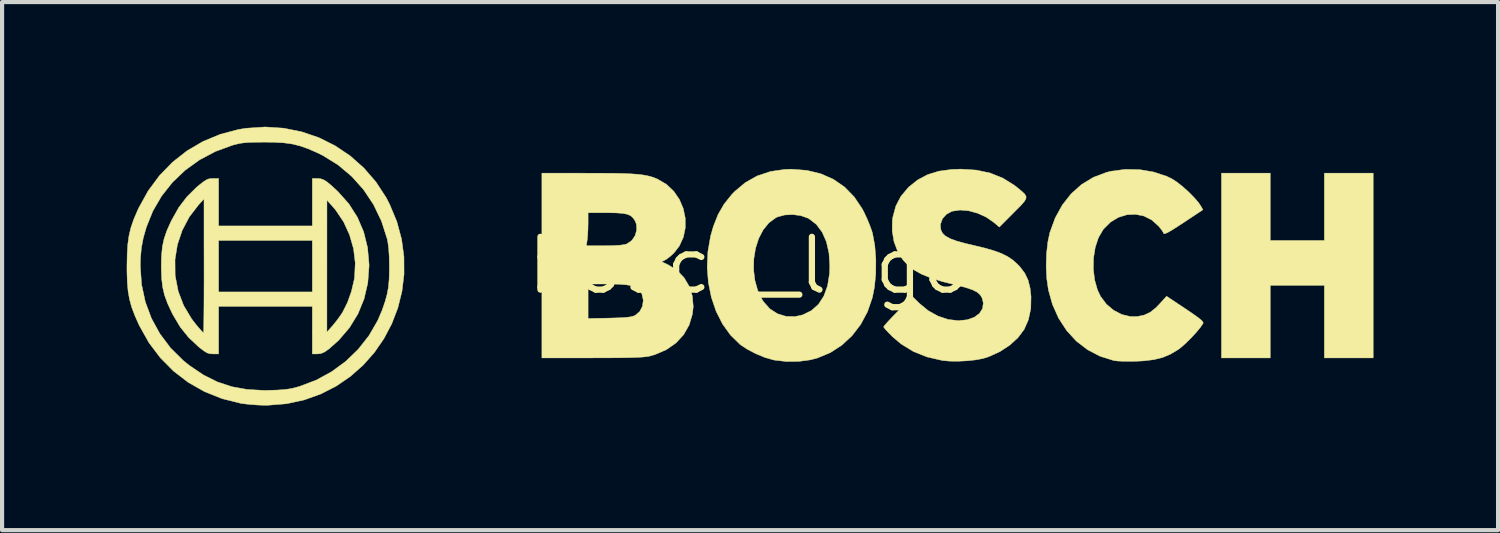
<source format=kicad_pcb>
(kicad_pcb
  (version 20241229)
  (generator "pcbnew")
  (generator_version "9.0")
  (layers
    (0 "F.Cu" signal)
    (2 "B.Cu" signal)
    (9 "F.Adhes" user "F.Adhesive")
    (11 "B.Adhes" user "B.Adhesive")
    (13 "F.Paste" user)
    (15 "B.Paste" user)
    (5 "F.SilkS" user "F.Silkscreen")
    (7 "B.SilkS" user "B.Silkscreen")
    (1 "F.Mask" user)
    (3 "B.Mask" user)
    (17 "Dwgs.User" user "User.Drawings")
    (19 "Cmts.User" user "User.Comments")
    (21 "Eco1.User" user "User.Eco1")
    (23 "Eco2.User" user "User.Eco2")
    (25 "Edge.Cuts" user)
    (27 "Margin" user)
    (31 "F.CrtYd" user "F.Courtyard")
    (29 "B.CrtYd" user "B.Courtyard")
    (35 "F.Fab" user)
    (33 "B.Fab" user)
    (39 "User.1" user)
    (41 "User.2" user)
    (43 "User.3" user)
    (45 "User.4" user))
  (footprint "bosch_logo"
    (layer "F.Cu")
    (at 14.974 3.339)
    (property "Reference" "bosch_logo" (at 0 0 0) (layer "F.SilkS") (effects (font (size 1.27 1.27) (thickness 0.15))))
    (attr through_hole)
    (fp_poly (pts (xy 12.541 -0.603) (xy 13.843 -0.603) (xy 13.843 -2.223) (xy 15.018 -2.223) (xy 15.018 2.223) (xy 13.843 2.223) (xy 13.843 0.476) (xy 12.541 0.476) (xy 12.541 2.223) (xy 11.367 2.223) (xy 11.367 -2.223) (xy 12.541 -2.223) (xy 12.541 -0.603)) (stroke (width 0.01) (type solid)) (fill yes) (layer "F.SilkS"))
    (fp_poly (pts (xy 1.387 -2.29) (xy 1.725 -2.209) (xy 2.029 -2.075) (xy 2.298 -1.889) (xy 2.53 -1.652) (xy 2.722 -1.366) (xy 2.774 -1.267) (xy 2.843 -1.117) (xy 2.906 -0.964) (xy 2.954 -0.83) (xy 2.97 -0.778) (xy 3.025 -0.483) (xy 3.051 -0.154) (xy 3.049 0.186) (xy 3.018 0.515) (xy 2.968 0.769) (xy 2.851 1.11) (xy 2.686 1.418) (xy 2.478 1.689) (xy 2.232 1.917) (xy 1.952 2.098) (xy 1.643 2.226) (xy 1.475 2.27) (xy 1.197 2.307) (xy 0.899 2.31) (xy 0.617 2.277) (xy 0.574 2.268) (xy 0.374 2.21) (xy 0.16 2.121) (xy -0.043 2.015) (xy -0.21 1.904) (xy -0.216 1.899) (xy -0.445 1.676) (xy -0.638 1.407) (xy -0.793 1.101) (xy -0.907 0.765) (xy -0.979 0.409) (xy -1.003 0.098) (xy 0.109 0.098) (xy 0.14 0.356) (xy 0.209 0.601) (xy 0.318 0.825) (xy 0.348 0.871) (xy 0.501 1.043) (xy 0.685 1.161) (xy 0.891 1.224) (xy 1.11 1.228) (xy 1.292 1.187) (xy 1.501 1.084) (xy 1.671 0.933) (xy 1.8 0.734) (xy 1.889 0.488) (xy 1.936 0.198) (xy 1.943 0.008) (xy 1.923 -0.301) (xy 1.861 -0.573) (xy 1.759 -0.803) (xy 1.62 -0.989) (xy 1.444 -1.125) (xy 1.414 -1.141) (xy 1.244 -1.201) (xy 1.051 -1.226) (xy 0.857 -1.216) (xy 0.686 -1.17) (xy 0.646 -1.151) (xy 0.478 -1.028) (xy 0.339 -0.857) (xy 0.231 -0.65) (xy 0.156 -0.414) (xy 0.115 -0.162) (xy 0.109 0.098) (xy -1.003 0.098) (xy -1.007 0.039) (xy -0.99 -0.337) (xy -0.925 -0.71) (xy -0.858 -0.944) (xy -0.744 -1.23) (xy -0.602 -1.476) (xy -0.42 -1.704) (xy -0.347 -1.78) (xy -0.09 -1.996) (xy 0.197 -2.157) (xy 0.516 -2.263) (xy 0.865 -2.313) (xy 1.018 -2.318) (xy 1.387 -2.29)) (stroke (width 0.01) (type solid)) (fill yes) (layer "F.SilkS"))
    (fp_poly (pts (xy 9.401 -2.307) (xy 9.736 -2.25) (xy 10.048 -2.147) (xy 10.17 -2.089) (xy 10.291 -2.011) (xy 10.431 -1.901) (xy 10.575 -1.772) (xy 10.707 -1.638) (xy 10.814 -1.515) (xy 10.866 -1.438) (xy 10.921 -1.342) (xy 10.484 -1.052) (xy 10.302 -0.933) (xy 10.167 -0.848) (xy 10.072 -0.794) (xy 10.011 -0.768) (xy 9.979 -0.767) (xy 9.97 -0.788) (xy 9.95 -0.825) (xy 9.901 -0.892) (xy 9.855 -0.948) (xy 9.69 -1.096) (xy 9.501 -1.191) (xy 9.298 -1.232) (xy 9.091 -1.222) (xy 8.887 -1.159) (xy 8.698 -1.045) (xy 8.532 -0.88) (xy 8.519 -0.863) (xy 8.407 -0.67) (xy 8.33 -0.438) (xy 8.289 -0.182) (xy 8.284 0.084) (xy 8.315 0.345) (xy 8.383 0.585) (xy 8.458 0.743) (xy 8.598 0.93) (xy 8.773 1.077) (xy 8.97 1.179) (xy 9.179 1.228) (xy 9.34 1.228) (xy 9.509 1.192) (xy 9.655 1.124) (xy 9.794 1.012) (xy 9.882 0.92) (xy 10.046 0.739) (xy 10.499 1.04) (xy 10.668 1.154) (xy 10.789 1.24) (xy 10.868 1.302) (xy 10.912 1.346) (xy 10.927 1.377) (xy 10.924 1.393) (xy 10.859 1.489) (xy 10.76 1.609) (xy 10.639 1.74) (xy 10.513 1.865) (xy 10.394 1.97) (xy 10.326 2.021) (xy 10.142 2.132) (xy 9.953 2.212) (xy 9.744 2.264) (xy 9.5 2.294) (xy 9.303 2.304) (xy 9.137 2.306) (xy 8.982 2.303) (xy 8.856 2.297) (xy 8.779 2.287) (xy 8.448 2.184) (xy 8.146 2.027) (xy 7.876 1.82) (xy 7.643 1.566) (xy 7.45 1.27) (xy 7.301 0.937) (xy 7.203 0.587) (xy 7.164 0.317) (xy 7.149 0.019) (xy 7.158 -0.284) (xy 7.19 -0.569) (xy 7.238 -0.794) (xy 7.367 -1.146) (xy 7.539 -1.458) (xy 7.752 -1.728) (xy 8.001 -1.95) (xy 8.285 -2.122) (xy 8.598 -2.241) (xy 8.715 -2.27) (xy 9.056 -2.314) (xy 9.401 -2.307)) (stroke (width 0.01) (type solid)) (fill yes) (layer "F.SilkS"))
    (fp_poly (pts (xy -3.881 -2.222) (xy -3.54 -2.221) (xy -3.256 -2.219) (xy -3.021 -2.214) (xy -2.827 -2.205) (xy -2.669 -2.194) (xy -2.539 -2.177) (xy -2.429 -2.156) (xy -2.333 -2.13) (xy -2.243 -2.097) (xy -2.198 -2.077) (xy -1.986 -1.952) (xy -1.811 -1.787) (xy -1.677 -1.591) (xy -1.584 -1.373) (xy -1.536 -1.143) (xy -1.534 -0.91) (xy -1.58 -0.683) (xy -1.676 -0.472) (xy -1.803 -0.307) (xy -1.89 -0.226) (xy -1.977 -0.159) (xy -2.012 -0.138) (xy -2.103 -0.09) (xy -1.948 -0.018) (xy -1.737 0.114) (xy -1.566 0.289) (xy -1.441 0.499) (xy -1.365 0.734) (xy -1.343 0.987) (xy -1.363 1.17) (xy -1.442 1.433) (xy -1.575 1.665) (xy -1.758 1.863) (xy -1.988 2.024) (xy -2.261 2.142) (xy -2.372 2.175) (xy -2.432 2.188) (xy -2.511 2.198) (xy -2.615 2.206) (xy -2.75 2.213) (xy -2.922 2.217) (xy -3.137 2.22) (xy -3.403 2.222) (xy -3.724 2.222) (xy -3.769 2.223) (xy -4.985 2.223) (xy -4.985 1.275) (xy -3.873 1.275) (xy -3.358 1.265) (xy -3.154 1.259) (xy -3.002 1.252) (xy -2.893 1.241) (xy -2.815 1.227) (xy -2.757 1.207) (xy -2.736 1.196) (xy -2.629 1.105) (xy -2.564 0.978) (xy -2.545 0.835) (xy -2.577 0.69) (xy -2.59 0.663) (xy -2.641 0.588) (xy -2.711 0.531) (xy -2.809 0.491) (xy -2.943 0.465) (xy -3.123 0.45) (xy -3.356 0.445) (xy -3.389 0.445) (xy -3.873 0.445) (xy -3.873 1.275) (xy -4.985 1.275) (xy -4.985 -0.476) (xy -3.914 -0.476) (xy -3.48 -0.476) (xy -3.263 -0.479) (xy -3.103 -0.489) (xy -2.991 -0.505) (xy -2.937 -0.522) (xy -2.822 -0.601) (xy -2.742 -0.719) (xy -2.703 -0.856) (xy -2.711 -0.996) (xy -2.742 -1.073) (xy -2.79 -1.145) (xy -2.848 -1.198) (xy -2.928 -1.233) (xy -3.04 -1.255) (xy -3.193 -1.266) (xy -3.398 -1.27) (xy -3.421 -1.27) (xy -3.873 -1.27) (xy -3.873 -1.02) (xy -3.876 -0.876) (xy -3.883 -0.735) (xy -3.893 -0.627) (xy -3.894 -0.624) (xy -3.914 -0.476) (xy -4.985 -0.476) (xy -4.985 -2.223) (xy -3.881 -2.222)) (stroke (width 0.01) (type solid)) (fill yes) (layer "F.SilkS"))
    (fp_poly (pts (xy 5.469 -2.296) (xy 5.804 -2.225) (xy 6.107 -2.103) (xy 6.385 -1.93) (xy 6.462 -1.869) (xy 6.564 -1.785) (xy 6.632 -1.721) (xy 6.665 -1.665) (xy 6.663 -1.608) (xy 6.622 -1.539) (xy 6.543 -1.448) (xy 6.421 -1.326) (xy 6.365 -1.269) (xy 6.022 -0.925) (xy 5.893 -1.035) (xy 5.709 -1.163) (xy 5.501 -1.258) (xy 5.285 -1.317) (xy 5.077 -1.335) (xy 4.891 -1.307) (xy 4.879 -1.304) (xy 4.749 -1.233) (xy 4.654 -1.127) (xy 4.607 -0.999) (xy 4.604 -0.957) (xy 4.615 -0.861) (xy 4.653 -0.78) (xy 4.725 -0.71) (xy 4.837 -0.648) (xy 4.994 -0.59) (xy 5.204 -0.532) (xy 5.381 -0.49) (xy 5.661 -0.423) (xy 5.887 -0.358) (xy 6.071 -0.291) (xy 6.221 -0.216) (xy 6.349 -0.13) (xy 6.463 -0.027) (xy 6.518 0.031) (xy 6.634 0.184) (xy 6.714 0.351) (xy 6.763 0.547) (xy 6.785 0.746) (xy 6.779 1.036) (xy 6.722 1.305) (xy 6.619 1.538) (xy 6.47 1.737) (xy 6.271 1.918) (xy 6.035 2.072) (xy 5.775 2.191) (xy 5.634 2.236) (xy 5.465 2.269) (xy 5.258 2.292) (xy 5.037 2.303) (xy 4.826 2.301) (xy 4.653 2.285) (xy 4.283 2.2) (xy 3.954 2.069) (xy 3.659 1.888) (xy 3.454 1.715) (xy 3.361 1.621) (xy 3.287 1.543) (xy 3.245 1.489) (xy 3.239 1.475) (xy 3.26 1.443) (xy 3.319 1.375) (xy 3.408 1.279) (xy 3.519 1.164) (xy 3.587 1.096) (xy 3.935 0.749) (xy 4.099 0.912) (xy 4.311 1.086) (xy 4.545 1.216) (xy 4.79 1.298) (xy 5.036 1.327) (xy 5.251 1.305) (xy 5.42 1.245) (xy 5.544 1.153) (xy 5.618 1.036) (xy 5.637 0.902) (xy 5.607 0.78) (xy 5.56 0.704) (xy 5.484 0.639) (xy 5.37 0.582) (xy 5.211 0.528) (xy 4.996 0.473) (xy 4.993 0.472) (xy 4.66 0.389) (xy 4.384 0.303) (xy 4.157 0.211) (xy 3.972 0.109) (xy 3.822 -0.008) (xy 3.699 -0.143) (xy 3.597 -0.301) (xy 3.571 -0.351) (xy 3.487 -0.577) (xy 3.445 -0.83) (xy 3.448 -1.085) (xy 3.459 -1.161) (xy 3.531 -1.43) (xy 3.652 -1.662) (xy 3.826 -1.871) (xy 3.846 -1.891) (xy 4.059 -2.061) (xy 4.297 -2.187) (xy 4.566 -2.27) (xy 4.876 -2.312) (xy 5.096 -2.32) (xy 5.469 -2.296)) (stroke (width 0.01) (type solid)) (fill yes) (layer "F.SilkS"))
    (fp_poly (pts (xy -12.764 -0.953) (xy -10.509 -0.953) (xy -10.509 -2.095) (xy -10.387 -2.095) (xy -10.314 -2.089) (xy -10.244 -2.066) (xy -10.166 -2.02) (xy -10.07 -1.942) (xy -9.945 -1.828) (xy -9.895 -1.781) (xy -9.632 -1.487) (xy -9.425 -1.163) (xy -9.274 -0.811) (xy -9.18 -0.432) (xy -9.144 -0.03) (xy -9.144 0.016) (xy -9.174 0.42) (xy -9.264 0.804) (xy -9.411 1.164) (xy -9.615 1.496) (xy -9.873 1.797) (xy -10.107 2.006) (xy -10.215 2.081) (xy -10.305 2.119) (xy -10.385 2.127) (xy -10.509 2.127) (xy -10.509 1.603) (xy -10.158 1.603) (xy -10.018 1.445) (xy -9.924 1.329) (xy -9.83 1.2) (xy -9.779 1.122) (xy -9.664 0.893) (xy -9.569 0.627) (xy -9.503 0.347) (xy -9.491 0.269) (xy -9.476 -0.064) (xy -9.517 -0.403) (xy -9.612 -0.735) (xy -9.755 -1.049) (xy -9.945 -1.332) (xy -10.024 -1.425) (xy -10.157 -1.572) (xy -10.158 1.603) (xy -10.509 1.603) (xy -10.509 0.984) (xy -12.764 0.984) (xy -12.764 2.127) (xy -12.9 2.127) (xy -12.975 2.122) (xy -13.042 2.101) (xy -13.117 2.055) (xy -13.219 1.977) (xy -13.25 1.952) (xy -13.487 1.729) (xy -13.686 1.481) (xy -13.859 1.191) (xy -13.892 1.127) (xy -13.993 0.909) (xy -14.064 0.715) (xy -14.109 0.526) (xy -14.134 0.32) (xy -14.143 0.077) (xy -14.143 0.016) (xy -14.14 -0.143) (xy -13.813 -0.143) (xy -13.81 0.223) (xy -13.806 0.261) (xy -13.735 0.623) (xy -13.604 0.964) (xy -13.414 1.282) (xy -13.315 1.411) (xy -13.236 1.505) (xy -13.172 1.577) (xy -13.133 1.616) (xy -13.128 1.619) (xy -13.125 1.588) (xy -13.122 1.5) (xy -13.12 1.36) (xy -13.118 1.175) (xy -13.116 0.95) (xy -13.115 0.691) (xy -13.114 0.405) (xy -13.114 0.096) (xy -13.114 0.008) (xy -13.115 -0.603) (xy -12.764 -0.603) (xy -12.764 0.635) (xy -10.509 0.635) (xy -10.509 -0.603) (xy -12.764 -0.603) (xy -13.115 -0.603) (xy -13.115 -1.603) (xy -13.246 -1.46) (xy -13.469 -1.17) (xy -13.639 -0.848) (xy -13.755 -0.503) (xy -13.813 -0.143) (xy -14.14 -0.143) (xy -14.137 -0.238) (xy -14.117 -0.451) (xy -14.076 -0.642) (xy -14.011 -0.833) (xy -13.917 -1.044) (xy -13.892 -1.095) (xy -13.722 -1.396) (xy -13.529 -1.651) (xy -13.301 -1.877) (xy -13.25 -1.92) (xy -13.139 -2.008) (xy -13.059 -2.061) (xy -12.991 -2.087) (xy -12.92 -2.095) (xy -12.9 -2.095) (xy -12.764 -2.095) (xy -12.764 -0.953)) (stroke (width 0.01) (type solid)) (fill yes) (layer "F.SilkS"))
    (fp_poly (pts (xy -11.2 -3.305) (xy -10.766 -3.218) (xy -10.351 -3.077) (xy -9.96 -2.882) (xy -9.597 -2.638) (xy -9.269 -2.347) (xy -8.978 -2.011) (xy -8.732 -1.634) (xy -8.65 -1.476) (xy -8.475 -1.057) (xy -8.361 -0.633) (xy -8.304 -0.209) (xy -8.302 0.211) (xy -8.352 0.622) (xy -8.451 1.02) (xy -8.597 1.401) (xy -8.787 1.761) (xy -9.018 2.095) (xy -9.288 2.399) (xy -9.595 2.67) (xy -9.934 2.902) (xy -10.305 3.091) (xy -10.704 3.234) (xy -11.129 3.326) (xy -11.576 3.362) (xy -11.664 3.363) (xy -11.838 3.356) (xy -12.022 3.342) (xy -12.186 3.323) (xy -12.235 3.315) (xy -12.682 3.203) (xy -13.103 3.034) (xy -13.493 2.813) (xy -13.848 2.541) (xy -14.164 2.222) (xy -14.439 1.859) (xy -14.666 1.455) (xy -14.683 1.42) (xy -14.782 1.197) (xy -14.856 1) (xy -14.908 0.811) (xy -14.942 0.616) (xy -14.961 0.398) (xy -14.969 0.139) (xy -14.969 0.016) (xy -14.648 0.016) (xy -14.618 0.454) (xy -14.528 0.874) (xy -14.38 1.272) (xy -14.177 1.642) (xy -13.922 1.982) (xy -13.615 2.286) (xy -13.459 2.411) (xy -13.128 2.634) (xy -12.793 2.801) (xy -12.445 2.916) (xy -12.072 2.983) (xy -11.665 3.005) (xy -11.557 3.003) (xy -11.355 2.997) (xy -11.198 2.986) (xy -11.068 2.97) (xy -10.947 2.945) (xy -10.816 2.909) (xy -10.811 2.907) (xy -10.414 2.757) (xy -10.043 2.554) (xy -9.703 2.305) (xy -9.402 2.013) (xy -9.144 1.685) (xy -8.937 1.327) (xy -8.828 1.073) (xy -8.759 0.871) (xy -8.71 0.695) (xy -8.678 0.524) (xy -8.661 0.339) (xy -8.655 0.118) (xy -8.655 0.032) (xy -8.659 -0.219) (xy -8.672 -0.418) (xy -8.694 -0.577) (xy -8.708 -0.643) (xy -8.846 -1.071) (xy -9.036 -1.466) (xy -9.275 -1.825) (xy -9.56 -2.144) (xy -9.888 -2.42) (xy -10.256 -2.648) (xy -10.395 -2.716) (xy -10.608 -2.809) (xy -10.798 -2.876) (xy -10.984 -2.923) (xy -11.183 -2.951) (xy -11.412 -2.965) (xy -11.652 -2.969) (xy -11.859 -2.967) (xy -12.018 -2.963) (xy -12.142 -2.954) (xy -12.247 -2.94) (xy -12.347 -2.917) (xy -12.43 -2.895) (xy -12.842 -2.744) (xy -13.223 -2.542) (xy -13.569 -2.293) (xy -13.874 -2.002) (xy -14.135 -1.673) (xy -14.346 -1.311) (xy -14.503 -0.921) (xy -14.577 -0.662) (xy -14.622 -0.423) (xy -14.644 -0.175) (xy -14.648 0.016) (xy -14.969 0.016) (xy -14.964 -0.27) (xy -14.949 -0.509) (xy -14.92 -0.717) (xy -14.875 -0.909) (xy -14.809 -1.102) (xy -14.72 -1.311) (xy -14.684 -1.389) (xy -14.459 -1.796) (xy -14.187 -2.163) (xy -13.874 -2.485) (xy -13.524 -2.76) (xy -13.14 -2.985) (xy -12.726 -3.157) (xy -12.288 -3.273) (xy -12.104 -3.303) (xy -11.647 -3.334) (xy -11.2 -3.305)) (stroke (width 0.01) (type solid)) (fill yes) (layer "F.SilkS")))
  (gr_rect
    (start -3 -3)
    (end 32.997 9.707)
    (stroke (width 0.1) (type default))
    (fill no)
    (layer "Edge.Cuts")))
</source>
